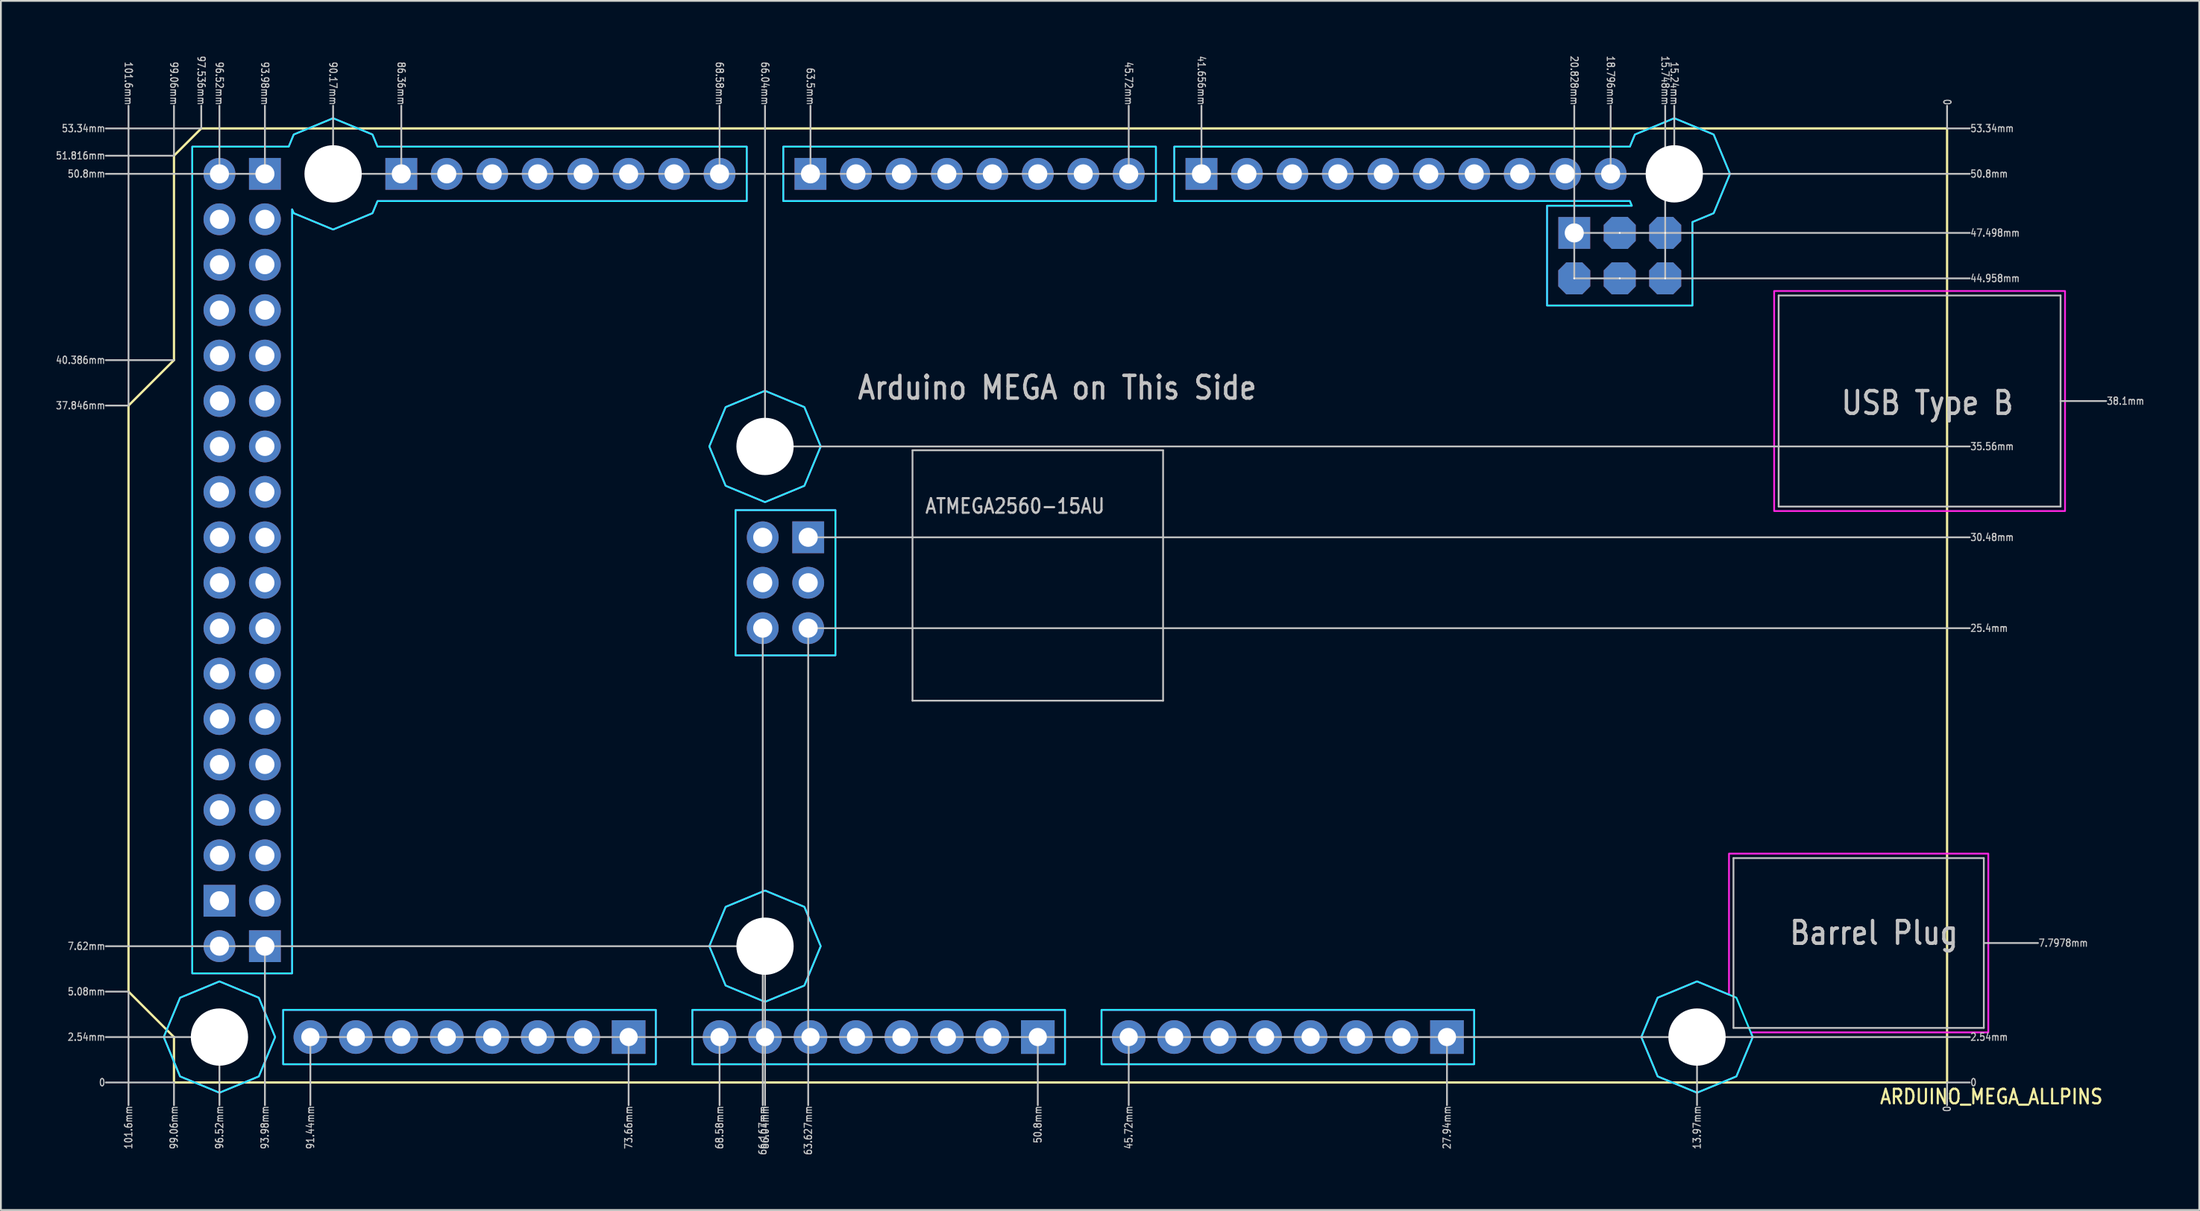
<source format=kicad_pcb>
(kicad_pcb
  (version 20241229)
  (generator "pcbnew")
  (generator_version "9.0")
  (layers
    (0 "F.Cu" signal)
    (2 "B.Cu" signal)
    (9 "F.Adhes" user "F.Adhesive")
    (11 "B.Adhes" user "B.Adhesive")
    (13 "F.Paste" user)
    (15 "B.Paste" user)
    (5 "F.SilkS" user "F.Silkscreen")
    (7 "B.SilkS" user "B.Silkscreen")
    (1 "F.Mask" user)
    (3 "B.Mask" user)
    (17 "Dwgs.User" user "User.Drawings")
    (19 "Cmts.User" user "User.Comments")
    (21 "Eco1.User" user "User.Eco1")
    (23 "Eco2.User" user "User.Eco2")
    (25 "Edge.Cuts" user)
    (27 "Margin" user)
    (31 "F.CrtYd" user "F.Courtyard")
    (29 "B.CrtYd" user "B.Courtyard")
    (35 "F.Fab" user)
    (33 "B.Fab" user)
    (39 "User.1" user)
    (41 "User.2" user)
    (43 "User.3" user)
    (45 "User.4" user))
  (footprint "ARDUINO_MEGA_ALLPINS"
    (layer "F.Cu")
    (at 105.73 57.47)
    (property "Reference" "ARDUINO_MEGA_ALLPINS" (at -3.81 1.27 0) (unlocked yes) (layer "F.SilkS") (effects (font (size 0.813 0.695) (thickness 0.122)) (justify left bottom)))
    (fp_circle (center -96.52 -2.54) (end -93.67 -2.54) (stroke (width 0) (type solid)) (fill yes) (layer "F.Mask"))
    (fp_circle (center -96.52 -2.54) (end -93.67 -2.54) (stroke (width 0) (type solid)) (fill yes) (layer "F.Mask"))
    (fp_circle (center -90.17 -50.8) (end -87.32 -50.8) (stroke (width 0) (type solid)) (fill yes) (layer "F.Mask"))
    (fp_circle (center -90.17 -50.8) (end -87.32 -50.8) (stroke (width 0) (type solid)) (fill yes) (layer "F.Mask"))
    (fp_circle (center -66.04 -35.56) (end -63.19 -35.56) (stroke (width 0) (type solid)) (fill yes) (layer "F.Mask"))
    (fp_circle (center -66.04 -35.56) (end -63.19 -35.56) (stroke (width 0) (type solid)) (fill yes) (layer "F.Mask"))
    (fp_circle (center -66.04 -7.62) (end -63.19 -7.62) (stroke (width 0) (type solid)) (fill yes) (layer "F.Mask"))
    (fp_circle (center -66.04 -7.62) (end -63.19 -7.62) (stroke (width 0) (type solid)) (fill yes) (layer "F.Mask"))
    (fp_circle (center -15.24 -50.8) (end -12.39 -50.8) (stroke (width 0) (type solid)) (fill yes) (layer "F.Mask"))
    (fp_circle (center -15.24 -50.8) (end -12.39 -50.8) (stroke (width 0) (type solid)) (fill yes) (layer "F.Mask"))
    (fp_circle (center -13.97 -2.54) (end -11.12 -2.54) (stroke (width 0) (type solid)) (fill yes) (layer "F.Mask"))
    (fp_circle (center -13.97 -2.54) (end -11.12 -2.54) (stroke (width 0) (type solid)) (fill yes) (layer "F.Mask"))
    (fp_circle (center -96.52 -2.54) (end -93.67 -2.54) (stroke (width 0) (type solid)) (fill yes) (layer "B.Mask"))
    (fp_circle (center -90.17 -50.8) (end -87.32 -50.8) (stroke (width 0) (type solid)) (fill yes) (layer "B.Mask"))
    (fp_circle (center -66.04 -35.56) (end -63.19 -35.56) (stroke (width 0) (type solid)) (fill yes) (layer "B.Mask"))
    (fp_circle (center -66.04 -7.62) (end -63.19 -7.62) (stroke (width 0) (type solid)) (fill yes) (layer "B.Mask"))
    (fp_circle (center -15.24 -50.8) (end -12.39 -50.8) (stroke (width 0) (type solid)) (fill yes) (layer "B.Mask"))
    (fp_circle (center -13.97 -2.54) (end -11.12 -2.54) (stroke (width 0) (type solid)) (fill yes) (layer "B.Mask"))
    (fp_line (start -101.6 -37.846) (end -101.6 -5.08) (stroke (width 0.127) (type solid)) (layer "F.SilkS"))
    (fp_line (start -101.6 -5.08) (end -99.06 -2.54) (stroke (width 0.127) (type solid)) (layer "F.SilkS"))
    (fp_line (start -99.06 -51.816) (end -99.06 -40.386) (stroke (width 0.127) (type solid)) (layer "F.SilkS"))
    (fp_line (start -99.06 -40.386) (end -101.6 -37.846) (stroke (width 0.127) (type solid)) (layer "F.SilkS"))
    (fp_line (start -99.06 -2.54) (end -99.06 0) (stroke (width 0.127) (type solid)) (layer "F.SilkS"))
    (fp_line (start -99.06 0) (end 0 0) (stroke (width 0.127) (type solid)) (layer "F.SilkS"))
    (fp_line (start -97.536 -53.34) (end -99.06 -51.816) (stroke (width 0.127) (type solid)) (layer "F.SilkS"))
    (fp_line (start 0 -53.34) (end -97.536 -53.34) (stroke (width 0.127) (type solid)) (layer "F.SilkS"))
    (fp_line (start 0 0) (end 0 -53.34) (stroke (width 0.127) (type solid)) (layer "F.SilkS"))
    (fp_line (start -101.6 -37.846) (end -102.87 -37.846) (stroke (width 0.1) (type solid)) (layer "Dwgs.User"))
    (fp_line (start -101.6 -37.846) (end -101.6 -54.61) (stroke (width 0.1) (type solid)) (layer "Dwgs.User"))
    (fp_line (start -101.6 -5.08) (end -102.87 -5.08) (stroke (width 0.1) (type solid)) (layer "Dwgs.User"))
    (fp_line (start -101.6 -5.08) (end -101.6 1.27) (stroke (width 0.1) (type solid)) (layer "Dwgs.User"))
    (fp_line (start -99.06 -51.816) (end -102.87 -51.816) (stroke (width 0.1) (type solid)) (layer "Dwgs.User"))
    (fp_line (start -99.06 -51.816) (end -99.06 -54.61) (stroke (width 0.1) (type solid)) (layer "Dwgs.User"))
    (fp_line (start -99.06 -40.386) (end -102.87 -40.386) (stroke (width 0.1) (type solid)) (layer "Dwgs.User"))
    (fp_line (start -99.06 0) (end -102.87 0) (stroke (width 0.1) (type solid)) (layer "Dwgs.User"))
    (fp_line (start -99.06 0) (end -99.06 1.27) (stroke (width 0.1) (type solid)) (layer "Dwgs.User"))
    (fp_line (start -97.536 -53.34) (end -102.87 -53.34) (stroke (width 0.1) (type solid)) (layer "Dwgs.User"))
    (fp_line (start -97.536 -53.34) (end -97.536 -54.61) (stroke (width 0.1) (type solid)) (layer "Dwgs.User"))
    (fp_line (start -96.52 -50.8) (end -102.87 -50.8) (stroke (width 0.1) (type solid)) (layer "Dwgs.User"))
    (fp_line (start -96.52 -50.8) (end -96.52 -54.61) (stroke (width 0.1) (type solid)) (layer "Dwgs.User"))
    (fp_line (start -96.52 -2.54) (end -102.87 -2.54) (stroke (width 0.1) (type solid)) (layer "Dwgs.User"))
    (fp_line (start -96.52 -2.54) (end -96.52 1.27) (stroke (width 0.1) (type solid)) (layer "Dwgs.User"))
    (fp_line (start -93.98 -50.8) (end -96.52 -50.8) (stroke (width 0.1) (type solid)) (layer "Dwgs.User"))
    (fp_line (start -93.98 -50.8) (end -93.98 -54.61) (stroke (width 0.1) (type solid)) (layer "Dwgs.User"))
    (fp_line (start -93.98 -7.62) (end -93.98 1.27) (stroke (width 0.1) (type solid)) (layer "Dwgs.User"))
    (fp_line (start -91.44 -2.54) (end -91.44 1.27) (stroke (width 0.1) (type solid)) (layer "Dwgs.User"))
    (fp_line (start -91.44 -2.54) (end -13.97 -2.54) (stroke (width 0.1) (type solid)) (layer "Dwgs.User"))
    (fp_line (start -90.17 -50.8) (end -90.17 -54.61) (stroke (width 0.1) (type solid)) (layer "Dwgs.User"))
    (fp_line (start -90.17 -50.8) (end -86.36 -50.8) (stroke (width 0.1) (type solid)) (layer "Dwgs.User"))
    (fp_line (start -86.36 -50.8) (end -86.36 -54.61) (stroke (width 0.1) (type solid)) (layer "Dwgs.User"))
    (fp_line (start -86.36 -50.8) (end -68.58 -50.8) (stroke (width 0.1) (type solid)) (layer "Dwgs.User"))
    (fp_line (start -73.66 -2.54) (end -73.66 1.27) (stroke (width 0.1) (type solid)) (layer "Dwgs.User"))
    (fp_line (start -68.58 -50.8) (end -68.58 -54.61) (stroke (width 0.1) (type solid)) (layer "Dwgs.User"))
    (fp_line (start -68.58 -50.8) (end -63.5 -50.8) (stroke (width 0.1) (type solid)) (layer "Dwgs.User"))
    (fp_line (start -68.58 -2.54) (end -68.58 1.27) (stroke (width 0.1) (type solid)) (layer "Dwgs.User"))
    (fp_line (start -66.167 -25.4) (end -66.167 1.27) (stroke (width 0.1) (type solid)) (layer "Dwgs.User"))
    (fp_line (start -66.04 -35.56) (end -66.04 -54.61) (stroke (width 0.1) (type solid)) (layer "Dwgs.User"))
    (fp_line (start -66.04 -35.56) (end 1.27 -35.56) (stroke (width 0.1) (type solid)) (layer "Dwgs.User"))
    (fp_line (start -66.04 -7.62) (end -102.87 -7.62) (stroke (width 0.1) (type solid)) (layer "Dwgs.User"))
    (fp_line (start -66.04 -7.62) (end -66.04 1.27) (stroke (width 0.1) (type solid)) (layer "Dwgs.User"))
    (fp_line (start -63.627 -25.4) (end -63.627 1.27) (stroke (width 0.1) (type solid)) (layer "Dwgs.User"))
    (fp_line (start -63.627 -25.4) (end 1.27 -25.4) (stroke (width 0.1) (type solid)) (layer "Dwgs.User"))
    (fp_line (start -63.5 -50.8) (end -63.5 -54.61) (stroke (width 0.1) (type solid)) (layer "Dwgs.User"))
    (fp_line (start -63.5 -50.8) (end -45.72 -50.8) (stroke (width 0.1) (type solid)) (layer "Dwgs.User"))
    (fp_line (start -63.5 -30.48) (end 1.27 -30.48) (stroke (width 0.1) (type solid)) (layer "Dwgs.User"))
    (fp_line (start -57.8 -35.346) (end -57.8 -21.346) (stroke (width 0.1) (type solid)) (layer "Dwgs.User"))
    (fp_line (start -57.8 -21.346) (end -43.8 -21.346) (stroke (width 0.1) (type solid)) (layer "Dwgs.User"))
    (fp_line (start -50.8 -2.54) (end -50.8 1.27) (stroke (width 0.1) (type solid)) (layer "Dwgs.User"))
    (fp_line (start -45.72 -50.8) (end -45.72 -54.61) (stroke (width 0.1) (type solid)) (layer "Dwgs.User"))
    (fp_line (start -45.72 -50.8) (end -41.656 -50.8) (stroke (width 0.1) (type solid)) (layer "Dwgs.User"))
    (fp_line (start -45.72 -2.54) (end -45.72 1.27) (stroke (width 0.1) (type solid)) (layer "Dwgs.User"))
    (fp_line (start -43.8 -35.346) (end -57.8 -35.346) (stroke (width 0.1) (type solid)) (layer "Dwgs.User"))
    (fp_line (start -43.8 -21.346) (end -43.8 -35.346) (stroke (width 0.1) (type solid)) (layer "Dwgs.User"))
    (fp_line (start -41.656 -50.8) (end -41.656 -54.61) (stroke (width 0.1) (type solid)) (layer "Dwgs.User"))
    (fp_line (start -41.656 -50.8) (end -18.796 -50.8) (stroke (width 0.1) (type solid)) (layer "Dwgs.User"))
    (fp_line (start -27.94 -2.54) (end -27.94 1.27) (stroke (width 0.1) (type solid)) (layer "Dwgs.User"))
    (fp_line (start -20.828 -47.498) (end -20.828 -54.61) (stroke (width 0.1) (type solid)) (layer "Dwgs.User"))
    (fp_line (start -20.828 -47.498) (end 1.27 -47.498) (stroke (width 0.1) (type solid)) (layer "Dwgs.User"))
    (fp_line (start -20.828 -44.958) (end -20.828 -47.498) (stroke (width 0.1) (type solid)) (layer "Dwgs.User"))
    (fp_line (start -20.828 -44.958) (end 1.27 -44.958) (stroke (width 0.1) (type solid)) (layer "Dwgs.User"))
    (fp_line (start -18.796 -50.8) (end -18.796 -54.61) (stroke (width 0.1) (type solid)) (layer "Dwgs.User"))
    (fp_line (start -18.796 -50.8) (end -15.24 -50.8) (stroke (width 0.1) (type solid)) (layer "Dwgs.User"))
    (fp_line (start -15.748 -44.958) (end -15.748 -54.61) (stroke (width 0.1) (type solid)) (layer "Dwgs.User"))
    (fp_line (start -15.24 -50.8) (end -15.24 -54.61) (stroke (width 0.1) (type solid)) (layer "Dwgs.User"))
    (fp_line (start -15.24 -50.8) (end 1.27 -50.8) (stroke (width 0.1) (type solid)) (layer "Dwgs.User"))
    (fp_line (start -13.97 -2.54) (end -13.97 1.27) (stroke (width 0.1) (type solid)) (layer "Dwgs.User"))
    (fp_line (start -13.97 -2.54) (end 1.27 -2.54) (stroke (width 0.1) (type solid)) (layer "Dwgs.User"))
    (fp_line (start -11.934 -12.544) (end -11.934 -3.052) (stroke (width 0.1) (type solid)) (layer "Dwgs.User"))
    (fp_line (start -11.934 -3.052) (end 2.053 -3.052) (stroke (width 0.1) (type solid)) (layer "Dwgs.User"))
    (fp_line (start -9.41 -44) (end 6.34 -44) (stroke (width 0.1) (type solid)) (layer "Dwgs.User"))
    (fp_line (start -9.41 -32.2) (end -9.41 -44) (stroke (width 0.1) (type solid)) (layer "Dwgs.User"))
    (fp_line (start 0 -53.34) (end 0 -54.61) (stroke (width 0.1) (type solid)) (layer "Dwgs.User"))
    (fp_line (start 0 -53.34) (end 1.27 -53.34) (stroke (width 0.1) (type solid)) (layer "Dwgs.User"))
    (fp_line (start 0 0) (end 0 1.27) (stroke (width 0.1) (type solid)) (layer "Dwgs.User"))
    (fp_line (start 0 0) (end 1.27 0) (stroke (width 0.1) (type solid)) (layer "Dwgs.User"))
    (fp_line (start 2.053 -12.544) (end -11.934 -12.544) (stroke (width 0.1) (type solid)) (layer "Dwgs.User"))
    (fp_line (start 2.053 -3.052) (end 2.053 -12.544) (stroke (width 0.1) (type solid)) (layer "Dwgs.User"))
    (fp_line (start 5.08 -7.798) (end 2.053 -7.798) (stroke (width 0.1) (type solid)) (layer "Dwgs.User"))
    (fp_line (start 6.34 -44) (end 6.34 -32.2) (stroke (width 0.1) (type solid)) (layer "Dwgs.User"))
    (fp_line (start 6.34 -32.2) (end -9.41 -32.2) (stroke (width 0.1) (type solid)) (layer "Dwgs.User"))
    (fp_line (start 8.89 -38.1) (end 6.34 -38.1) (stroke (width 0.1) (type solid)) (layer "Dwgs.User"))
    (fp_poly (pts (xy -72.14 -4.06) (xy -92.96 -4.06) (xy -92.96 -1.02) (xy -72.14 -1.02)) (stroke (width 0.1) (type solid)) (fill no) (layer "B.CrtYd"))
    (fp_poly (pts (xy -62.107 -32) (xy -67.687 -32) (xy -67.687 -23.88) (xy -62.107 -23.88)) (stroke (width 0.1) (type solid)) (fill no) (layer "B.CrtYd"))
    (fp_poly (pts (xy -49.28 -4.06) (xy -70.1 -4.06) (xy -70.1 -1.02) (xy -49.28 -1.02)) (stroke (width 0.1) (type solid)) (fill no) (layer "B.CrtYd"))
    (fp_poly (pts (xy -44.2 -52.32) (xy -65.02 -52.32) (xy -65.02 -49.28) (xy -44.2 -49.28)) (stroke (width 0.1) (type solid)) (fill no) (layer "B.CrtYd"))
    (fp_poly (pts (xy -26.42 -4.06) (xy -47.24 -4.06) (xy -47.24 -1.02) (xy -26.42 -1.02)) (stroke (width 0.1) (type solid)) (fill no) (layer "B.CrtYd"))
    (fp_poly (pts (xy -99.632 -2.54) (xy -98.72 -4.74) (xy -96.52 -5.652) (xy -94.32 -4.74) (xy -93.408 -2.54) (xy -94.32 -0.34) (xy -96.52 0.572) (xy -98.72 -0.34)) (stroke (width 0.1) (type solid)) (fill no) (layer "B.CrtYd"))
    (fp_poly (pts (xy -69.152 -35.56) (xy -68.24 -37.76) (xy -66.04 -38.672) (xy -63.84 -37.76) (xy -62.928 -35.56) (xy -63.84 -33.36) (xy -66.04 -32.448) (xy -68.24 -33.36)) (stroke (width 0.1) (type solid)) (fill no) (layer "B.CrtYd"))
    (fp_poly (pts (xy -69.152 -7.62) (xy -68.24 -9.82) (xy -66.04 -10.732) (xy -63.84 -9.82) (xy -62.928 -7.62) (xy -63.84 -5.42) (xy -66.04 -4.508) (xy -68.24 -5.42)) (stroke (width 0.1) (type solid)) (fill no) (layer "B.CrtYd"))
    (fp_poly (pts (xy -17.082 -2.54) (xy -16.17 -4.74) (xy -13.97 -5.652) (xy -11.77 -4.74) (xy -10.858 -2.54) (xy -11.77 -0.34) (xy -13.97 0.572) (xy -16.17 -0.34)) (stroke (width 0.1) (type solid)) (fill no) (layer "B.CrtYd"))
    (fp_poly (pts (xy -17.722 -52.32) (xy -17.44 -53) (xy -15.24 -53.912) (xy -13.04 -53) (xy -12.128 -50.8) (xy -13.04 -48.6) (xy -14.228 -48.107) (xy -14.228 -43.438) (xy -22.348 -43.437) (xy -22.348 -49.018) (xy -17.614 -49.018) (xy -17.722 -49.28) (xy -43.176 -49.28) (xy -43.176 -52.32)) (stroke (width 0.1) (type solid)) (fill no) (layer "B.CrtYd"))
    (fp_poly (pts (xy -92.652 -52.32) (xy -92.37 -53) (xy -90.17 -53.912) (xy -87.97 -53) (xy -87.688 -52.32) (xy -67.06 -52.32) (xy -67.06 -49.28) (xy -87.688 -49.28) (xy -87.97 -48.6) (xy -90.17 -47.688) (xy -92.37 -48.6) (xy -92.46 -48.816) (xy -92.46 -6.1) (xy -98.04 -6.1) (xy -98.04 -52.32)) (stroke (width 0.1) (type solid)) (fill no) (layer "B.CrtYd"))
    (fp_poly (pts (xy -72.14 -4.06) (xy -92.96 -4.06) (xy -92.96 -1.02) (xy -72.14 -1.02)) (stroke (width 0.1) (type solid)) (fill no) (layer "F.CrtYd"))
    (fp_poly (pts (xy -62.107 -32) (xy -67.687 -32) (xy -67.687 -23.88) (xy -62.107 -23.88)) (stroke (width 0.1) (type solid)) (fill no) (layer "F.CrtYd"))
    (fp_poly (pts (xy -49.28 -4.06) (xy -70.1 -4.06) (xy -70.1 -1.02) (xy -49.28 -1.02)) (stroke (width 0.1) (type solid)) (fill no) (layer "F.CrtYd"))
    (fp_poly (pts (xy -44.2 -52.32) (xy -65.02 -52.32) (xy -65.02 -49.28) (xy -44.2 -49.28)) (stroke (width 0.1) (type solid)) (fill no) (layer "F.CrtYd"))
    (fp_poly (pts (xy -26.42 -4.06) (xy -47.24 -4.06) (xy -47.24 -1.02) (xy -26.42 -1.02)) (stroke (width 0.1) (type solid)) (fill no) (layer "F.CrtYd"))
    (fp_poly (pts (xy 6.59 -44.25) (xy 6.59 -31.95) (xy -9.66 -31.95) (xy -9.66 -44.25)) (stroke (width 0.1) (type solid)) (fill no) (layer "F.CrtYd"))
    (fp_poly (pts (xy -99.632 -2.54) (xy -98.72 -4.74) (xy -96.52 -5.652) (xy -94.32 -4.74) (xy -93.408 -2.54) (xy -94.32 -0.34) (xy -96.52 0.572) (xy -98.72 -0.34)) (stroke (width 0.1) (type solid)) (fill no) (layer "F.CrtYd"))
    (fp_poly (pts (xy -69.152 -35.56) (xy -68.24 -37.76) (xy -66.04 -38.672) (xy -63.84 -37.76) (xy -62.928 -35.56) (xy -63.84 -33.36) (xy -66.04 -32.448) (xy -68.24 -33.36)) (stroke (width 0.1) (type solid)) (fill no) (layer "F.CrtYd"))
    (fp_poly (pts (xy -69.152 -7.62) (xy -68.24 -9.82) (xy -66.04 -10.732) (xy -63.84 -9.82) (xy -62.928 -7.62) (xy -63.84 -5.42) (xy -66.04 -4.508) (xy -68.24 -5.42)) (stroke (width 0.1) (type solid)) (fill no) (layer "F.CrtYd"))
    (fp_poly (pts (xy -17.082 -2.54) (xy -16.17 -4.74) (xy -13.97 -5.652) (xy -12.184 -4.912) (xy -12.184 -12.794) (xy 2.303 -12.794) (xy 2.303 -2.802) (xy -10.967 -2.802) (xy -10.858 -2.54) (xy -11.77 -0.34) (xy -13.97 0.572) (xy -16.17 -0.34)) (stroke (width 0.1) (type solid)) (fill no) (layer "F.CrtYd"))
    (fp_poly (pts (xy -17.722 -52.32) (xy -17.44 -53) (xy -15.24 -53.912) (xy -13.04 -53) (xy -12.128 -50.8) (xy -13.04 -48.6) (xy -14.228 -48.107) (xy -14.228 -43.438) (xy -22.348 -43.438) (xy -22.348 -49.018) (xy -17.614 -49.018) (xy -17.722 -49.28) (xy -43.176 -49.28) (xy -43.176 -52.32)) (stroke (width 0.1) (type solid)) (fill no) (layer "F.CrtYd"))
    (fp_poly (pts (xy -92.652 -52.32) (xy -92.37 -53) (xy -90.17 -53.912) (xy -87.97 -53) (xy -87.688 -52.32) (xy -67.06 -52.32) (xy -67.06 -49.28) (xy -87.688 -49.28) (xy -87.97 -48.6) (xy -90.17 -47.688) (xy -92.37 -48.6) (xy -92.46 -48.816) (xy -92.46 -6.1) (xy -98.04 -6.1) (xy -98.04 -52.32)) (stroke (width 0.1) (type solid)) (fill no) (layer "F.CrtYd"))
    (fp_text user "51.816mm" (at -102.87 -51.816 0) (unlocked yes) (layer "Dwgs.User") (effects (font (size 0.406 0.347) (thickness 0.061)) (justify right)))
    (fp_text user "90.17mm" (at -90.17 -54.61 270) (unlocked yes) (layer "Dwgs.User") (effects (font (size 0.406 0.347) (thickness 0.061)) (justify right)))
    (fp_text user "53.34mm" (at -102.87 -53.34 0) (unlocked yes) (layer "Dwgs.User") (effects (font (size 0.406 0.347) (thickness 0.061)) (justify right)))
    (fp_text user "45.72mm" (at -45.72 1.27 90) (unlocked yes) (layer "Dwgs.User") (effects (font (size 0.406 0.347) (thickness 0.061)) (justify right)))
    (fp_text user "0" (at -102.87 0 0) (unlocked yes) (layer "Dwgs.User") (effects (font (size 0.406 0.347) (thickness 0.061)) (justify right)))
    (fp_text user "0" (at 1.27 0 0) (unlocked yes) (layer "Dwgs.User") (effects (font (size 0.406 0.347) (thickness 0.061)) (justify left)))
    (fp_text user "2.54mm" (at -102.87 -2.54 0) (unlocked yes) (layer "Dwgs.User") (effects (font (size 0.406 0.347) (thickness 0.061)) (justify right)))
    (fp_text user "25.4mm" (at 1.27 -25.4 0) (unlocked yes) (layer "Dwgs.User") (effects (font (size 0.406 0.347) (thickness 0.061)) (justify left)))
    (fp_text user "ATMEGA2560-15AU" (at -57.15 -31.75 0) (unlocked yes) (layer "Dwgs.User") (effects (font (size 0.813 0.695) (thickness 0.122)) (justify left bottom)))
    (fp_text user "USB Type B" (at 3.81 -38.735 0) (unlocked yes) (layer "Dwgs.User") (effects (font (size 1.27 1.086) (thickness 0.191)) (justify right top)))
    (fp_text user "66.04mm" (at -66.04 -54.61 270) (unlocked yes) (layer "Dwgs.User") (effects (font (size 0.406 0.347) (thickness 0.061)) (justify right)))
    (fp_text user "20.828mm" (at -20.828 -54.61 270) (unlocked yes) (layer "Dwgs.User") (effects (font (size 0.406 0.347) (thickness 0.061)) (justify right)))
    (fp_text user "Barrel Plug" (at -8.89 -7.62 0) (unlocked yes) (layer "Dwgs.User") (effects (font (size 1.27 1.086) (thickness 0.191)) (justify left bottom)))
    (fp_text user "50.8mm" (at 1.27 -50.8 0) (unlocked yes) (layer "Dwgs.User") (effects (font (size 0.406 0.347) (thickness 0.061)) (justify left)))
    (fp_text user "45.72mm" (at -45.72 -54.61 270) (unlocked yes) (layer "Dwgs.User") (effects (font (size 0.406 0.347) (thickness 0.061)) (justify right)))
    (fp_text user "63.5mm" (at -63.5 -54.61 270) (unlocked yes) (layer "Dwgs.User") (effects (font (size 0.406 0.347) (thickness 0.061)) (justify right)))
    (fp_text user "38.1mm" (at 8.89 -38.1 0) (unlocked yes) (layer "Dwgs.User") (effects (font (size 0.406 0.347) (thickness 0.061)) (justify left)))
    (fp_text user "37.846mm" (at -102.87 -37.846 0) (unlocked yes) (layer "Dwgs.User") (effects (font (size 0.406 0.347) (thickness 0.061)) (justify right)))
    (fp_text user "7.7978mm" (at 5.08 -7.798 0) (unlocked yes) (layer "Dwgs.User") (effects (font (size 0.406 0.347) (thickness 0.061)) (justify left)))
    (fp_text user "7.62mm" (at -102.87 -7.62 0) (unlocked yes) (layer "Dwgs.User") (effects (font (size 0.406 0.347) (thickness 0.061)) (justify right)))
    (fp_text user "101.6mm" (at -101.6 1.27 90) (unlocked yes) (layer "Dwgs.User") (effects (font (size 0.406 0.347) (thickness 0.061)) (justify right)))
    (fp_text user "50.8mm" (at -102.87 -50.8 0) (unlocked yes) (layer "Dwgs.User") (effects (font (size 0.406 0.347) (thickness 0.061)) (justify right)))
    (fp_text user "41.656mm" (at -41.656 -54.61 270) (unlocked yes) (layer "Dwgs.User") (effects (font (size 0.406 0.347) (thickness 0.061)) (justify right)))
    (fp_text user "96.52mm" (at -96.52 1.27 90) (unlocked yes) (layer "Dwgs.User") (effects (font (size 0.406 0.347) (thickness 0.061)) (justify right)))
    (fp_text user "66.167mm" (at -66.167 1.27 90) (unlocked yes) (layer "Dwgs.User") (effects (font (size 0.406 0.347) (thickness 0.061)) (justify right)))
    (fp_text user "63.627mm" (at -63.627 1.27 90) (unlocked yes) (layer "Dwgs.User") (effects (font (size 0.406 0.347) (thickness 0.061)) (justify right)))
    (fp_text user "73.66mm" (at -73.66 1.27 90) (unlocked yes) (layer "Dwgs.User") (effects (font (size 0.406 0.347) (thickness 0.061)) (justify right)))
    (fp_text user "53.34mm" (at 1.27 -53.34 0) (unlocked yes) (layer "Dwgs.User") (effects (font (size 0.406 0.347) (thickness 0.061)) (justify left)))
    (fp_text user "68.58mm" (at -68.58 -54.61 270) (unlocked yes) (layer "Dwgs.User") (effects (font (size 0.406 0.347) (thickness 0.061)) (justify right)))
    (fp_text user "18.796mm" (at -18.796 -54.61 270) (unlocked yes) (layer "Dwgs.User") (effects (font (size 0.406 0.347) (thickness 0.061)) (justify right)))
    (fp_text user "30.48mm" (at 1.27 -30.48 0) (unlocked yes) (layer "Dwgs.User") (effects (font (size 0.406 0.347) (thickness 0.061)) (justify left)))
    (fp_text user "50.8mm" (at -50.8 1.27 90) (unlocked yes) (layer "Dwgs.User") (effects (font (size 0.406 0.347) (thickness 0.061)) (justify right)))
    (fp_text user "91.44mm" (at -91.44 1.27 90) (unlocked yes) (layer "Dwgs.User") (effects (font (size 0.406 0.347) (thickness 0.061)) (justify right)))
    (fp_text user "0" (at 0 1.27 90) (unlocked yes) (layer "Dwgs.User") (effects (font (size 0.406 0.347) (thickness 0.061)) (justify right)))
    (fp_text user "0" (at 0 -54.61 270) (unlocked yes) (layer "Dwgs.User") (effects (font (size 0.406 0.347) (thickness 0.061)) (justify right)))
    (fp_text user "97.536mm" (at -97.536 -54.61 270) (unlocked yes) (layer "Dwgs.User") (effects (font (size 0.406 0.347) (thickness 0.061)) (justify right)))
    (fp_text user "96.52mm" (at -96.52 -54.61 270) (unlocked yes) (layer "Dwgs.User") (effects (font (size 0.406 0.347) (thickness 0.061)) (justify right)))
    (fp_text user "5.08mm" (at -102.87 -5.08 0) (unlocked yes) (layer "Dwgs.User") (effects (font (size 0.406 0.347) (thickness 0.061)) (justify right)))
    (fp_text user "99.06mm" (at -99.06 1.27 90) (unlocked yes) (layer "Dwgs.User") (effects (font (size 0.406 0.347) (thickness 0.061)) (justify right)))
    (fp_text user "99.06mm" (at -99.06 -54.61 270) (unlocked yes) (layer "Dwgs.User") (effects (font (size 0.406 0.347) (thickness 0.061)) (justify right)))
    (fp_text user "27.94mm" (at -27.94 1.27 90) (unlocked yes) (layer "Dwgs.User") (effects (font (size 0.406 0.347) (thickness 0.061)) (justify right)))
    (fp_text user "86.36mm" (at -86.36 -54.61 270) (unlocked yes) (layer "Dwgs.User") (effects (font (size 0.406 0.347) (thickness 0.061)) (justify right)))
    (fp_text user "15.24mm" (at -15.24 -54.61 270) (unlocked yes) (layer "Dwgs.User") (effects (font (size 0.406 0.347) (thickness 0.061)) (justify right)))
    (fp_text user "15.748mm" (at -15.748 -54.61 270) (unlocked yes) (layer "Dwgs.User") (effects (font (size 0.406 0.347) (thickness 0.061)) (justify right)))
    (fp_text user "Arduino MEGA on This Side" (at -60.96 -38.1 0) (unlocked yes) (layer "Dwgs.User") (effects (font (size 1.27 1.086) (thickness 0.191)) (justify left bottom)))
    (fp_text user "101.6mm" (at -101.6 -54.61 270) (unlocked yes) (layer "Dwgs.User") (effects (font (size 0.406 0.347) (thickness 0.061)) (justify right)))
    (fp_text user "93.98mm" (at -93.98 -54.61 270) (unlocked yes) (layer "Dwgs.User") (effects (font (size 0.406 0.347) (thickness 0.061)) (justify right)))
    (fp_text user "40.386mm" (at -102.87 -40.386 0) (unlocked yes) (layer "Dwgs.User") (effects (font (size 0.406 0.347) (thickness 0.061)) (justify right)))
    (fp_text user "44.958mm" (at 1.27 -44.958 0) (unlocked yes) (layer "Dwgs.User") (effects (font (size 0.406 0.347) (thickness 0.061)) (justify left)))
    (fp_text user "93.98mm" (at -93.98 1.27 90) (unlocked yes) (layer "Dwgs.User") (effects (font (size 0.406 0.347) (thickness 0.061)) (justify right)))
    (fp_text user "2.54mm" (at 1.27 -2.54 0) (unlocked yes) (layer "Dwgs.User") (effects (font (size 0.406 0.347) (thickness 0.061)) (justify left)))
    (fp_text user "35.56mm" (at 1.27 -35.56 0) (unlocked yes) (layer "Dwgs.User") (effects (font (size 0.406 0.347) (thickness 0.061)) (justify left)))
    (fp_text user "13.97mm" (at -13.97 1.27 90) (unlocked yes) (layer "Dwgs.User") (effects (font (size 0.406 0.347) (thickness 0.061)) (justify right)))
    (fp_text user "47.498mm" (at 1.27 -47.498 0) (unlocked yes) (layer "Dwgs.User") (effects (font (size 0.406 0.347) (thickness 0.061)) (justify left)))
    (fp_text user "68.58mm" (at -68.58 1.27 90) (unlocked yes) (layer "Dwgs.User") (effects (font (size 0.406 0.347) (thickness 0.061)) (justify right)))
    (fp_text user "66.04mm" (at -66.04 1.27 90) (unlocked yes) (layer "Dwgs.User") (effects (font (size 0.406 0.347) (thickness 0.061)) (justify right)))
    (pad "" np_thru_hole circle (at -96.52 -2.54) (size 3.2 3.2) (drill 3.2) (layers "*.Cu" "*.Mask"))
    (pad "" np_thru_hole circle (at -90.17 -50.8) (size 3.2 3.2) (drill 3.2) (layers "*.Cu" "*.Mask"))
    (pad "" np_thru_hole circle (at -66.04 -35.56) (size 3.2 3.2) (drill 3.2) (layers "*.Cu" "*.Mask"))
    (pad "" np_thru_hole circle (at -66.04 -7.62) (size 3.2 3.2) (drill 3.2) (layers "*.Cu" "*.Mask"))
    (pad "" np_thru_hole circle (at -15.24 -50.8) (size 3.2 3.2) (drill 3.2) (layers "*.Cu" "*.Mask"))
    (pad "" np_thru_hole circle (at -13.97 -2.54) (size 3.2 3.2) (drill 3.2) (layers "*.Cu" "*.Mask"))
    (pad "0" thru_hole rect (at -63.5 -50.8 270) (size 1.778 1.778) (drill 1.067) (layers "*.Cu" "*.Mask"))
    (pad "1" thru_hole oval (at -60.96 -50.8 270) (size 1.778 1.778) (drill 1.067) (layers "*.Cu" "*.Mask"))
    (pad "2" thru_hole oval (at -58.42 -50.8 270) (size 1.778 1.778) (drill 1.067) (layers "*.Cu" "*.Mask"))
    (pad "3" thru_hole oval (at -55.88 -50.8 270) (size 1.778 1.778) (drill 1.067) (layers "*.Cu" "*.Mask"))
    (pad "3V3" thru_hole oval (at -35.56 -2.54 90) (size 1.88 1.88) (drill 1.016) (layers "*.Cu" "*.Mask"))
    (pad "4" thru_hole oval (at -53.34 -50.8 270) (size 1.778 1.778) (drill 1.067) (layers "*.Cu" "*.Mask"))
    (pad "5" thru_hole oval (at -50.8 -50.8 270) (size 1.778 1.778) (drill 1.067) (layers "*.Cu" "*.Mask"))
    (pad "5V0" thru_hole oval (at -38.1 -2.54 90) (size 1.88 1.88) (drill 1.016) (layers "*.Cu" "*.Mask"))
    (pad "5V0_1" thru_hole rect (at -93.98 -50.8 90) (size 1.778 1.778) (drill 1.067) (layers "*.Cu" "*.Mask"))
    (pad "5V0_2" thru_hole oval (at -96.52 -50.8 90) (size 1.778 1.778) (drill 1.067) (layers "*.Cu" "*.Mask"))
    (pad "5V_2" thru_hole oval (at -66.167 -30.48 180) (size 1.778 1.778) (drill 1.067) (layers "*.Cu" "*.Mask"))
    (pad "5V_ICSP" thru_hole custom (at -20.828 -44.958 90) (size 0.1 0.1) (drill 1.067) (layers "*.Cu" "*.Mask") (options (anchor rect)) (primitives (gr_poly (pts (xy 0.889 0.445) (xy 0.445 0.889) (xy -0.445 0.889) (xy -0.889 0.445) (xy -0.889 -0.445) (xy -0.445 -0.889) (xy 0.445 -0.889) (xy 0.889 -0.445)) (width 0.01) (fill yes))))
    (pad "6" thru_hole oval (at -48.26 -50.8 270) (size 1.778 1.778) (drill 1.067) (layers "*.Cu" "*.Mask"))
    (pad "7" thru_hole oval (at -45.72 -50.8 270) (size 1.778 1.778) (drill 1.067) (layers "*.Cu" "*.Mask"))
    (pad "8" thru_hole rect (at -41.656 -50.8 270) (size 1.778 1.778) (drill 1.067) (layers "*.Cu" "*.Mask"))
    (pad "9" thru_hole oval (at -39.116 -50.8 270) (size 1.778 1.778) (drill 1.067) (layers "*.Cu" "*.Mask"))
    (pad "10" thru_hole oval (at -36.576 -50.8 270) (size 1.778 1.778) (drill 1.067) (layers "*.Cu" "*.Mask"))
    (pad "11" thru_hole oval (at -34.036 -50.8 270) (size 1.778 1.778) (drill 1.067) (layers "*.Cu" "*.Mask"))
    (pad "12" thru_hole oval (at -31.496 -50.8 270) (size 1.778 1.778) (drill 1.067) (layers "*.Cu" "*.Mask"))
    (pad "13" thru_hole oval (at -28.956 -50.8 270) (size 1.778 1.778) (drill 1.067) (layers "*.Cu" "*.Mask"))
    (pad "14" thru_hole oval (at -68.58 -50.8 270) (size 1.778 1.778) (drill 1.067) (layers "*.Cu" "*.Mask"))
    (pad "15" thru_hole oval (at -71.12 -50.8 270) (size 1.778 1.778) (drill 1.067) (layers "*.Cu" "*.Mask"))
    (pad "16" thru_hole oval (at -73.66 -50.8 270) (size 1.778 1.778) (drill 1.067) (layers "*.Cu" "*.Mask"))
    (pad "17" thru_hole oval (at -76.2 -50.8 270) (size 1.778 1.778) (drill 1.067) (layers "*.Cu" "*.Mask"))
    (pad "18" thru_hole oval (at -78.74 -50.8 270) (size 1.778 1.778) (drill 1.067) (layers "*.Cu" "*.Mask"))
    (pad "19" thru_hole oval (at -81.28 -50.8 270) (size 1.778 1.778) (drill 1.067) (layers "*.Cu" "*.Mask"))
    (pad "20" thru_hole oval (at -83.82 -50.8 270) (size 1.778 1.778) (drill 1.067) (layers "*.Cu" "*.Mask"))
    (pad "21" thru_hole rect (at -86.36 -50.8 270) (size 1.778 1.778) (drill 1.067) (layers "*.Cu" "*.Mask"))
    (pad "22" thru_hole oval (at -93.98 -48.26) (size 1.778 1.778) (drill 1.067) (layers "*.Cu" "*.Mask"))
    (pad "23" thru_hole oval (at -96.52 -48.26) (size 1.778 1.778) (drill 1.067) (layers "*.Cu" "*.Mask"))
    (pad "24" thru_hole oval (at -93.98 -45.72) (size 1.778 1.778) (drill 1.067) (layers "*.Cu" "*.Mask"))
    (pad "25" thru_hole oval (at -96.52 -45.72) (size 1.778 1.778) (drill 1.067) (layers "*.Cu" "*.Mask"))
    (pad "26" thru_hole oval (at -93.98 -43.18) (size 1.778 1.778) (drill 1.067) (layers "*.Cu" "*.Mask"))
    (pad "27" thru_hole oval (at -96.52 -43.18) (size 1.778 1.778) (drill 1.067) (layers "*.Cu" "*.Mask"))
    (pad "28" thru_hole oval (at -93.98 -40.64) (size 1.778 1.778) (drill 1.067) (layers "*.Cu" "*.Mask"))
    (pad "29" thru_hole oval (at -96.52 -40.64) (size 1.778 1.778) (drill 1.067) (layers "*.Cu" "*.Mask"))
    (pad "30" thru_hole oval (at -93.98 -38.1) (size 1.778 1.778) (drill 1.067) (layers "*.Cu" "*.Mask"))
    (pad "31" thru_hole oval (at -96.52 -38.1) (size 1.778 1.778) (drill 1.067) (layers "*.Cu" "*.Mask"))
    (pad "32" thru_hole oval (at -93.98 -35.56) (size 1.778 1.778) (drill 1.067) (layers "*.Cu" "*.Mask"))
    (pad "33" thru_hole oval (at -96.52 -35.56) (size 1.778 1.778) (drill 1.067) (layers "*.Cu" "*.Mask"))
    (pad "34" thru_hole oval (at -93.98 -33.02) (size 1.778 1.778) (drill 1.067) (layers "*.Cu" "*.Mask"))
    (pad "35" thru_hole oval (at -96.52 -33.02) (size 1.778 1.778) (drill 1.067) (layers "*.Cu" "*.Mask"))
    (pad "36" thru_hole oval (at -93.98 -30.48) (size 1.778 1.778) (drill 1.067) (layers "*.Cu" "*.Mask"))
    (pad "37" thru_hole oval (at -96.52 -30.48) (size 1.778 1.778) (drill 1.067) (layers "*.Cu" "*.Mask"))
    (pad "38" thru_hole oval (at -93.98 -27.94) (size 1.778 1.778) (drill 1.067) (layers "*.Cu" "*.Mask"))
    (pad "39" thru_hole oval (at -96.52 -27.94) (size 1.778 1.778) (drill 1.067) (layers "*.Cu" "*.Mask"))
    (pad "40" thru_hole oval (at -93.98 -25.4) (size 1.778 1.778) (drill 1.067) (layers "*.Cu" "*.Mask"))
    (pad "41" thru_hole oval (at -96.52 -25.4) (size 1.778 1.778) (drill 1.067) (layers "*.Cu" "*.Mask"))
    (pad "42" thru_hole oval (at -93.98 -22.86) (size 1.778 1.778) (drill 1.067) (layers "*.Cu" "*.Mask"))
    (pad "43" thru_hole oval (at -96.52 -22.86) (size 1.778 1.778) (drill 1.067) (layers "*.Cu" "*.Mask"))
    (pad "44" thru_hole oval (at -93.98 -20.32) (size 1.778 1.778) (drill 1.067) (layers "*.Cu" "*.Mask"))
    (pad "45" thru_hole oval (at -96.52 -20.32) (size 1.778 1.778) (drill 1.067) (layers "*.Cu" "*.Mask"))
    (pad "46" thru_hole oval (at -93.98 -17.78) (size 1.778 1.778) (drill 1.067) (layers "*.Cu" "*.Mask"))
    (pad "47" thru_hole oval (at -96.52 -17.78) (size 1.778 1.778) (drill 1.067) (layers "*.Cu" "*.Mask"))
    (pad "48" thru_hole oval (at -93.98 -15.24) (size 1.778 1.778) (drill 1.067) (layers "*.Cu" "*.Mask"))
    (pad "49" thru_hole oval (at -96.52 -15.24) (size 1.778 1.778) (drill 1.067) (layers "*.Cu" "*.Mask"))
    (pad "50" thru_hole oval (at -93.98 -12.7) (size 1.778 1.778) (drill 1.067) (layers "*.Cu" "*.Mask"))
    (pad "51" thru_hole oval (at -96.52 -12.7) (size 1.778 1.778) (drill 1.067) (layers "*.Cu" "*.Mask"))
    (pad "52" thru_hole oval (at -93.98 -10.16) (size 1.778 1.778) (drill 1.067) (layers "*.Cu" "*.Mask"))
    (pad "53" thru_hole rect (at -96.52 -10.16) (size 1.778 1.778) (drill 1.067) (layers "*.Cu" "*.Mask"))
    (pad "A0" thru_hole rect (at -50.8 -2.54 90) (size 1.88 1.88) (drill 1.016) (layers "*.Cu" "*.Mask"))
    (pad "A1" thru_hole oval (at -53.34 -2.54 90) (size 1.88 1.88) (drill 1.016) (layers "*.Cu" "*.Mask"))
    (pad "A2" thru_hole oval (at -55.88 -2.54 90) (size 1.88 1.88) (drill 1.016) (layers "*.Cu" "*.Mask"))
    (pad "A3" thru_hole oval (at -58.42 -2.54 90) (size 1.88 1.88) (drill 1.016) (layers "*.Cu" "*.Mask"))
    (pad "A4" thru_hole oval (at -60.96 -2.54 90) (size 1.88 1.88) (drill 1.016) (layers "*.Cu" "*.Mask"))
    (pad "A5" thru_hole oval (at -63.5 -2.54 90) (size 1.88 1.88) (drill 1.016) (layers "*.Cu" "*.Mask"))
    (pad "A6" thru_hole oval (at -66.04 -2.54 90) (size 1.88 1.88) (drill 1.016) (layers "*.Cu" "*.Mask"))
    (pad "A7" thru_hole oval (at -68.58 -2.54 90) (size 1.88 1.88) (drill 1.016) (layers "*.Cu" "*.Mask"))
    (pad "A8" thru_hole rect (at -73.66 -2.54 90) (size 1.88 1.88) (drill 1.016) (layers "*.Cu" "*.Mask"))
    (pad "A9" thru_hole oval (at -76.2 -2.54 90) (size 1.88 1.88) (drill 1.016) (layers "*.Cu" "*.Mask"))
    (pad "A10" thru_hole oval (at -78.74 -2.54 90) (size 1.88 1.88) (drill 1.016) (layers "*.Cu" "*.Mask"))
    (pad "A11" thru_hole oval (at -81.28 -2.54 90) (size 1.88 1.88) (drill 1.016) (layers "*.Cu" "*.Mask"))
    (pad "AREF" thru_hole oval (at -23.876 -50.8 270) (size 1.778 1.778) (drill 1.067) (layers "*.Cu" "*.Mask"))
    (pad "CANRX" thru_hole oval (at -88.9 -2.54 90) (size 1.88 1.88) (drill 1.016) (layers "*.Cu" "*.Mask"))
    (pad "CANTX" thru_hole oval (at -91.44 -2.54 90) (size 1.88 1.88) (drill 1.016) (layers "*.Cu" "*.Mask"))
    (pad "DAC0" thru_hole oval (at -83.82 -2.54 90) (size 1.88 1.88) (drill 1.016) (layers "*.Cu" "*.Mask"))
    (pad "DAC1" thru_hole oval (at -86.36 -2.54 90) (size 1.88 1.88) (drill 1.016) (layers "*.Cu" "*.Mask"))
    (pad "GND" thru_hole oval (at -40.64 -2.54 90) (size 1.88 1.88) (drill 1.016) (layers "*.Cu" "*.Mask"))
    (pad "GND_1" thru_hole oval (at -43.18 -2.54 90) (size 1.88 1.88) (drill 1.016) (layers "*.Cu" "*.Mask"))
    (pad "GND_2" thru_hole rect (at -93.98 -7.62 90) (size 1.778 1.778) (drill 1.067) (layers "*.Cu" "*.Mask"))
    (pad "GND_3" thru_hole oval (at -96.52 -7.62 90) (size 1.778 1.778) (drill 1.067) (layers "*.Cu" "*.Mask"))
    (pad "GND_4" thru_hole oval (at -26.416 -50.8 270) (size 1.778 1.778) (drill 1.067) (layers "*.Cu" "*.Mask"))
    (pad "GND_5" thru_hole oval (at -66.167 -25.4 180) (size 1.778 1.778) (drill 1.067) (layers "*.Cu" "*.Mask"))
    (pad "GND_ICSP" thru_hole custom (at -15.748 -44.958 90) (size 0.1 0.1) (drill 1.067) (layers "*.Cu" "*.Mask") (options (anchor rect)) (primitives (gr_poly (pts (xy 0.889 0.445) (xy 0.445 0.889) (xy -0.445 0.889) (xy -0.889 0.445) (xy -0.889 -0.445) (xy -0.445 -0.889) (xy 0.445 -0.889) (xy 0.889 -0.445)) (width 0.01) (fill yes))))
    (pad "IOREF" thru_hole oval (at -30.48 -2.54 90) (size 1.88 1.88) (drill 1.016) (layers "*.Cu" "*.Mask"))
    (pad "MASTER_RESET_SPI" thru_hole oval (at -63.627 -25.4 180) (size 1.778 1.778) (drill 1.067) (layers "*.Cu" "*.Mask"))
    (pad "MISO" thru_hole rect (at -63.627 -30.48 180) (size 1.778 1.778) (drill 1.067) (layers "*.Cu" "*.Mask"))
    (pad "MISO2" thru_hole rect (at -20.828 -47.498 90) (size 1.778 1.778) (drill 1.067) (layers "*.Cu" "*.Mask"))
    (pad "MOSI" thru_hole oval (at -66.167 -27.94 180) (size 1.778 1.778) (drill 1.067) (layers "*.Cu" "*.Mask"))
    (pad "MOSI2" thru_hole custom (at -18.288 -44.958 90) (size 0.1 0.1) (drill 1.067) (layers "*.Cu" "*.Mask") (options (anchor rect)) (primitives (gr_poly (pts (xy 0.889 0.445) (xy 0.445 0.889) (xy -0.445 0.889) (xy -0.889 0.445) (xy -0.889 -0.445) (xy -0.445 -0.889) (xy 0.445 -0.889) (xy 0.889 -0.445)) (width 0.01) (fill yes))))
    (pad "NC_2" thru_hole rect (at -27.94 -2.54 90) (size 1.88 1.88) (drill 1.016) (layers "*.Cu" "*.Mask"))
    (pad "RESET" thru_hole oval (at -33.02 -2.54 90) (size 1.88 1.88) (drill 1.016) (layers "*.Cu" "*.Mask"))
    (pad "RESET2" thru_hole custom (at -15.748 -47.498 90) (size 0.1 0.1) (drill 1.067) (layers "*.Cu" "*.Mask") (options (anchor rect)) (primitives (gr_poly (pts (xy 0.889 0.445) (xy 0.445 0.889) (xy -0.445 0.889) (xy -0.889 0.445) (xy -0.889 -0.445) (xy -0.445 -0.889) (xy 0.445 -0.889) (xy 0.889 -0.445)) (width 0.01) (fill yes))))
    (pad "SCK2" thru_hole custom (at -18.288 -47.498 90) (size 0.1 0.1) (drill 1.067) (layers "*.Cu" "*.Mask") (options (anchor rect)) (primitives (gr_poly (pts (xy 0.889 0.445) (xy 0.445 0.889) (xy -0.445 0.889) (xy -0.889 0.445) (xy -0.889 -0.445) (xy -0.445 -0.889) (xy 0.445 -0.889) (xy 0.889 -0.445)) (width 0.01) (fill yes))))
    (pad "SCL1" thru_hole oval (at -18.796 -50.8 270) (size 1.778 1.778) (drill 1.067) (layers "*.Cu" "*.Mask"))
    (pad "SDA1" thru_hole oval (at -21.336 -50.8 270) (size 1.778 1.778) (drill 1.067) (layers "*.Cu" "*.Mask"))
    (pad "SPCK" thru_hole oval (at -63.627 -27.94 180) (size 1.778 1.778) (drill 1.067) (layers "*.Cu" "*.Mask"))
    (pad "VIN" thru_hole oval (at -45.72 -2.54 90) (size 1.88 1.88) (drill 1.016) (layers "*.Cu" "*.Mask")))
  (gr_rect
    (start -3 -3)
    (end 119.818 64.6)
    (stroke (width 0.1) (type default))
    (fill no)
    (layer "Edge.Cuts")))
</source>
